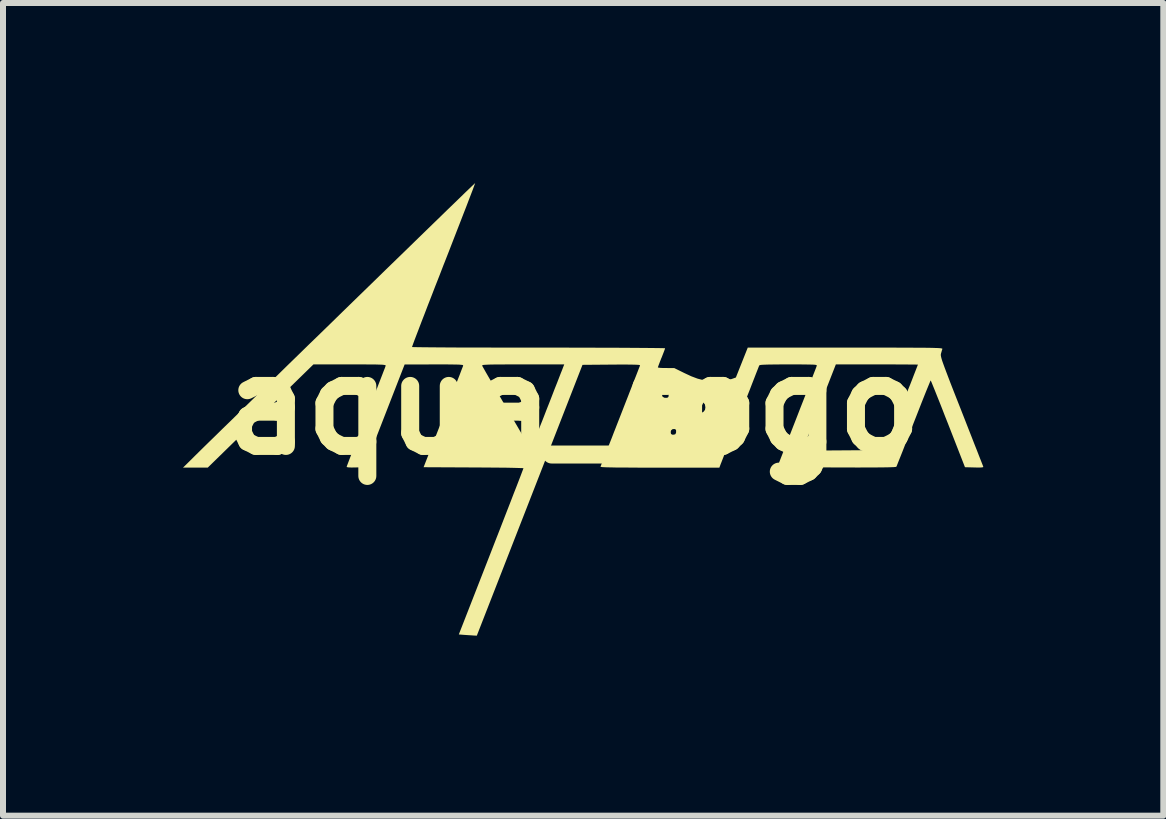
<source format=kicad_pcb>
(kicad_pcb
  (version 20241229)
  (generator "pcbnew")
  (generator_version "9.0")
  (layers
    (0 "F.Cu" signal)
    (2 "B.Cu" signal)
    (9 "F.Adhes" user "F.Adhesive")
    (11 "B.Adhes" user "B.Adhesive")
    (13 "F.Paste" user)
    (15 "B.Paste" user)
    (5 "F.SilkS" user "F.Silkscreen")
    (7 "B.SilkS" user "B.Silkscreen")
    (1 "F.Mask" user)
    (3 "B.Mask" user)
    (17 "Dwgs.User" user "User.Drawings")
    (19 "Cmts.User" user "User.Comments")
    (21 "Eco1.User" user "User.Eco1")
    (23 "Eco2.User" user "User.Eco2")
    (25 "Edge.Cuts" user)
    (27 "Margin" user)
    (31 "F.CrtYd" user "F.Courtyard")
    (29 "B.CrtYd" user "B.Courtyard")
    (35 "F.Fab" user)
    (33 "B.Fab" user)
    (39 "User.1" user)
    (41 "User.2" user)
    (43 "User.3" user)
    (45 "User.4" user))
  (footprint "aqua_rogo"
    (layer "F.Cu")
    (at 6.5 3.703)
    (property "Reference" "aqua_rogo" (at 0 0 0) (layer "F.SilkS") (effects (font (size 1.5 1.5) (thickness 0.3))))
    (attr board_only exclude_from_pos_files exclude_from_bom)
    (fp_poly (pts (xy -1.636 -3.69) (xy -1.649 -3.654) (xy -1.67 -3.596) (xy -1.7 -3.518) (xy -1.737 -3.422) (xy -1.78 -3.309) (xy -1.83 -3.181) (xy -1.885 -3.039) (xy -1.945 -2.885) (xy -2.009 -2.72) (xy -2.076 -2.547) (xy -2.147 -2.366) (xy -2.158 -2.339) (xy -2.228 -2.157) (xy -2.297 -1.982) (xy -2.361 -1.816) (xy -2.422 -1.66) (xy -2.477 -1.516) (xy -2.528 -1.385) (xy -2.572 -1.269) (xy -2.61 -1.17) (xy -2.641 -1.089) (xy -2.664 -1.027) (xy -2.678 -0.987) (xy -2.684 -0.97) (xy -2.684 -0.97) (xy -2.67 -0.969) (xy -2.631 -0.968) (xy -2.568 -0.967) (xy -2.483 -0.966) (xy -2.377 -0.965) (xy -2.251 -0.964) (xy -2.108 -0.963) (xy -1.947 -0.962) (xy -1.771 -0.962) (xy -1.582 -0.961) (xy -1.38 -0.961) (xy -1.167 -0.96) (xy -0.944 -0.96) (xy -0.714 -0.96) (xy -0.573 -0.96) (xy -0.338 -0.96) (xy -0.11 -0.96) (xy 0.108 -0.959) (xy 0.317 -0.959) (xy 0.514 -0.958) (xy 0.697 -0.958) (xy 0.867 -0.957) (xy 1.02 -0.956) (xy 1.157 -0.955) (xy 1.274 -0.954) (xy 1.371 -0.953) (xy 1.447 -0.952) (xy 1.5 -0.951) (xy 1.529 -0.95) (xy 1.533 -0.949) (xy 1.529 -0.934) (xy 1.516 -0.898) (xy 1.497 -0.849) (xy 1.474 -0.79) (xy 1.473 -0.79) (xy 1.45 -0.731) (xy 1.431 -0.681) (xy 1.418 -0.646) (xy 1.413 -0.63) (xy 1.413 -0.63) (xy 1.426 -0.626) (xy 1.459 -0.622) (xy 1.508 -0.62) (xy 1.55 -0.62) (xy 1.687 -0.619) (xy 1.853 -0.537) (xy 1.971 -0.482) (xy 2.075 -0.443) (xy 2.172 -0.418) (xy 2.27 -0.405) (xy 2.376 -0.403) (xy 2.413 -0.404) (xy 2.519 -0.411) (xy 2.601 -0.425) (xy 2.64 -0.436) (xy 2.713 -0.462) (xy 2.812 -0.711) (xy 2.911 -0.96) (xy 4.537 -0.96) (xy 4.779 -0.96) (xy 4.996 -0.96) (xy 5.189 -0.96) (xy 5.36 -0.96) (xy 5.509 -0.959) (xy 5.639 -0.959) (xy 5.75 -0.958) (xy 5.844 -0.958) (xy 5.923 -0.957) (xy 5.987 -0.956) (xy 6.038 -0.954) (xy 6.078 -0.953) (xy 6.108 -0.951) (xy 6.129 -0.949) (xy 6.143 -0.946) (xy 6.151 -0.944) (xy 6.154 -0.941) (xy 6.154 -0.937) (xy 6.154 -0.937) (xy 6.145 -0.909) (xy 6.134 -0.87) (xy 6.131 -0.86) (xy 6.129 -0.849) (xy 6.128 -0.837) (xy 6.13 -0.821) (xy 6.134 -0.801) (xy 6.141 -0.774) (xy 6.152 -0.738) (xy 6.168 -0.693) (xy 6.189 -0.635) (xy 6.216 -0.563) (xy 6.249 -0.476) (xy 6.289 -0.371) (xy 6.337 -0.248) (xy 6.394 -0.103) (xy 6.46 0.064) (xy 6.474 0.1) (xy 6.532 0.248) (xy 6.587 0.389) (xy 6.639 0.521) (xy 6.686 0.642) (xy 6.729 0.75) (xy 6.765 0.843) (xy 6.795 0.919) (xy 6.817 0.975) (xy 6.831 1.011) (xy 6.836 1.024) (xy 6.834 1.031) (xy 6.817 1.036) (xy 6.783 1.038) (xy 6.727 1.038) (xy 6.687 1.037) (xy 6.531 1.033) (xy 6.249 0.31) (xy 6.197 0.179) (xy 6.149 0.055) (xy 6.104 -0.059) (xy 6.063 -0.161) (xy 6.028 -0.249) (xy 5.999 -0.32) (xy 5.978 -0.372) (xy 5.964 -0.404) (xy 5.959 -0.413) (xy 5.953 -0.401) (xy 5.939 -0.367) (xy 5.916 -0.311) (xy 5.886 -0.238) (xy 5.85 -0.148) (xy 5.809 -0.045) (xy 5.764 0.07) (xy 5.715 0.195) (xy 5.674 0.299) (xy 5.623 0.43) (xy 5.575 0.553) (xy 5.53 0.667) (xy 5.49 0.77) (xy 5.455 0.858) (xy 5.426 0.93) (xy 5.405 0.983) (xy 5.392 1.016) (xy 5.387 1.025) (xy 5.377 1.028) (xy 5.348 1.031) (xy 5.301 1.033) (xy 5.234 1.035) (xy 5.146 1.036) (xy 5.036 1.037) (xy 4.904 1.037) (xy 4.747 1.038) (xy 4.566 1.037) (xy 4.39 1.037) (xy 3.403 1.033) (xy 3.518 0.738) (xy 3.83 0.738) (xy 3.833 0.742) (xy 3.841 0.746) (xy 3.856 0.749) (xy 3.881 0.751) (xy 3.918 0.753) (xy 3.969 0.754) (xy 4.035 0.755) (xy 4.12 0.755) (xy 4.225 0.754) (xy 4.353 0.753) (xy 4.505 0.752) (xy 4.508 0.752) (xy 5.193 0.747) (xy 5.218 0.677) (xy 5.233 0.639) (xy 5.256 0.578) (xy 5.287 0.497) (xy 5.325 0.399) (xy 5.37 0.285) (xy 5.42 0.157) (xy 5.474 0.019) (xy 5.531 -0.127) (xy 5.591 -0.279) (xy 5.613 -0.333) (xy 5.648 -0.422) (xy 5.679 -0.503) (xy 5.706 -0.572) (xy 5.727 -0.626) (xy 5.741 -0.662) (xy 5.747 -0.676) (xy 5.747 -0.677) (xy 5.734 -0.677) (xy 5.697 -0.678) (xy 5.638 -0.678) (xy 5.56 -0.679) (xy 5.465 -0.679) (xy 5.356 -0.68) (xy 5.236 -0.68) (xy 5.106 -0.68) (xy 5.063 -0.68) (xy 4.379 -0.68) (xy 4.108 0.014) (xy 4.057 0.143) (xy 4.01 0.266) (xy 3.966 0.379) (xy 3.927 0.481) (xy 3.893 0.568) (xy 3.865 0.64) (xy 3.845 0.692) (xy 3.834 0.724) (xy 3.831 0.732) (xy 3.83 0.738) (xy 3.518 0.738) (xy 3.728 0.2) (xy 3.783 0.058) (xy 3.836 -0.077) (xy 3.885 -0.203) (xy 3.93 -0.318) (xy 3.97 -0.42) (xy 4.003 -0.506) (xy 4.03 -0.575) (xy 4.049 -0.624) (xy 4.059 -0.652) (xy 4.061 -0.657) (xy 4.062 -0.663) (xy 4.057 -0.668) (xy 4.046 -0.672) (xy 4.025 -0.675) (xy 3.992 -0.677) (xy 3.943 -0.678) (xy 3.878 -0.679) (xy 3.793 -0.68) (xy 3.685 -0.68) (xy 3.589 -0.68) (xy 3.457 -0.68) (xy 3.349 -0.679) (xy 3.264 -0.678) (xy 3.199 -0.676) (xy 3.153 -0.674) (xy 3.123 -0.671) (xy 3.107 -0.666) (xy 3.103 -0.663) (xy 3.094 -0.642) (xy 3.077 -0.598) (xy 3.052 -0.535) (xy 3.021 -0.455) (xy 2.984 -0.36) (xy 2.943 -0.254) (xy 2.898 -0.14) (xy 2.85 -0.019) (xy 2.802 0.106) (xy 2.752 0.232) (xy 2.704 0.356) (xy 2.657 0.475) (xy 2.613 0.588) (xy 2.573 0.691) (xy 2.537 0.782) (xy 2.508 0.858) (xy 2.485 0.917) (xy 2.47 0.956) (xy 2.464 0.97) (xy 2.438 1.04) (xy 1.444 1.04) (xy 1.251 1.04) (xy 1.083 1.04) (xy 0.939 1.039) (xy 0.817 1.038) (xy 0.716 1.038) (xy 0.633 1.036) (xy 0.569 1.035) (xy 0.521 1.033) (xy 0.487 1.031) (xy 0.467 1.028) (xy 0.458 1.025) (xy 0.457 1.023) (xy 0.463 1.009) (xy 0.477 0.972) (xy 0.499 0.916) (xy 0.528 0.842) (xy 0.563 0.754) (xy 0.602 0.653) (xy 0.646 0.542) (xy 0.683 0.445) (xy 1.627 0.445) (xy 1.632 0.478) (xy 1.653 0.491) (xy 1.68 0.491) (xy 1.705 0.482) (xy 1.716 0.458) (xy 1.717 0.445) (xy 1.716 0.413) (xy 1.701 0.399) (xy 1.696 0.397) (xy 1.659 0.398) (xy 1.634 0.418) (xy 1.627 0.445) (xy 0.683 0.445) (xy 0.692 0.423) (xy 0.74 0.3) (xy 0.789 0.175) (xy 0.837 0.052) (xy 2.014 0.052) (xy 2.034 0.092) (xy 2.048 0.106) (xy 2.096 0.13) (xy 2.141 0.127) (xy 2.175 0.108) (xy 2.199 0.076) (xy 2.205 0.035) (xy 2.197 -0.014) (xy 2.17 -0.045) (xy 2.124 -0.061) (xy 2.09 -0.063) (xy 2.061 -0.048) (xy 2.048 -0.035) (xy 2.019 0.008) (xy 2.014 0.052) (xy 0.837 0.052) (xy 0.838 0.049) (xy 0.886 -0.074) (xy 0.928 -0.181) (xy 1.48 -0.181) (xy 1.49 -0.144) (xy 1.52 -0.125) (xy 1.553 -0.123) (xy 1.579 -0.128) (xy 1.59 -0.141) (xy 1.593 -0.171) (xy 1.593 -0.18) (xy 1.591 -0.215) (xy 1.582 -0.231) (xy 1.56 -0.237) (xy 1.556 -0.238) (xy 1.513 -0.233) (xy 1.487 -0.21) (xy 1.48 -0.181) (xy 0.928 -0.181) (xy 0.932 -0.192) (xy 0.975 -0.302) (xy 1.014 -0.402) (xy 1.049 -0.49) (xy 1.077 -0.562) (xy 1.098 -0.617) (xy 1.112 -0.652) (xy 1.116 -0.664) (xy 1.113 -0.668) (xy 1.099 -0.672) (xy 1.07 -0.674) (xy 1.026 -0.676) (xy 0.963 -0.677) (xy 0.881 -0.678) (xy 0.776 -0.678) (xy 0.646 -0.677) (xy 0.64 -0.677) (xy 0.157 -0.673) (xy -0.723 1.583) (xy -1.604 3.84) (xy -1.652 3.838) (xy -1.69 3.835) (xy -1.742 3.832) (xy -1.799 3.828) (xy -1.802 3.828) (xy -1.904 3.82) (xy -1.365 2.44) (xy -1.294 2.257) (xy -1.225 2.081) (xy -1.16 1.913) (xy -1.099 1.756) (xy -1.042 1.61) (xy -0.991 1.477) (xy -0.945 1.36) (xy -0.906 1.259) (xy -0.874 1.176) (xy -0.85 1.112) (xy -0.834 1.07) (xy -0.827 1.051) (xy -0.827 1.05) (xy -0.84 1.048) (xy -0.877 1.047) (xy -0.937 1.045) (xy -1.016 1.043) (xy -1.113 1.041) (xy -1.225 1.04) (xy -1.351 1.039) (xy -1.487 1.038) (xy -1.632 1.037) (xy -1.659 1.037) (xy -2.491 1.033) (xy -2.165 0.2) (xy -2.11 0.058) (xy -2.057 -0.077) (xy -2.008 -0.203) (xy -1.963 -0.318) (xy -1.924 -0.42) (xy -1.89 -0.506) (xy -1.864 -0.575) (xy -1.845 -0.624) (xy -1.834 -0.652) (xy -1.832 -0.657) (xy -1.832 -0.66) (xy -1.515 -0.66) (xy -1.514 -0.657) (xy -1.506 -0.642) (xy -1.485 -0.605) (xy -1.454 -0.55) (xy -1.413 -0.479) (xy -1.363 -0.393) (xy -1.306 -0.294) (xy -1.243 -0.186) (xy -1.176 -0.07) (xy -1.131 0.006) (xy -1.045 0.154) (xy -0.971 0.28) (xy -0.909 0.386) (xy -0.857 0.475) (xy -0.815 0.547) (xy -0.781 0.604) (xy -0.755 0.648) (xy -0.735 0.681) (xy -0.721 0.704) (xy -0.712 0.719) (xy -0.706 0.728) (xy -0.703 0.731) (xy -0.701 0.732) (xy -0.7 0.731) (xy -0.7 0.731) (xy -0.695 0.718) (xy -0.68 0.683) (xy -0.658 0.627) (xy -0.629 0.554) (xy -0.595 0.465) (xy -0.555 0.363) (xy -0.51 0.25) (xy -0.463 0.129) (xy -0.447 0.087) (xy -0.397 -0.039) (xy -0.35 -0.16) (xy -0.307 -0.272) (xy -0.267 -0.372) (xy -0.233 -0.46) (xy -0.206 -0.53) (xy -0.185 -0.582) (xy -0.173 -0.613) (xy -0.172 -0.617) (xy -0.147 -0.68) (xy -0.835 -0.68) (xy -0.988 -0.68) (xy -1.117 -0.68) (xy -1.223 -0.679) (xy -1.309 -0.679) (xy -1.376 -0.678) (xy -1.427 -0.676) (xy -1.465 -0.674) (xy -1.49 -0.672) (xy -1.505 -0.669) (xy -1.513 -0.665) (xy -1.515 -0.66) (xy -1.832 -0.66) (xy -1.832 -0.663) (xy -1.836 -0.668) (xy -1.847 -0.672) (xy -1.868 -0.674) (xy -1.901 -0.677) (xy -1.949 -0.678) (xy -2.013 -0.679) (xy -2.098 -0.68) (xy -2.204 -0.68) (xy -2.316 -0.68) (xy -2.807 -0.679) (xy -3.14 0.177) (xy -3.473 1.033) (xy -3.623 1.037) (xy -3.692 1.038) (xy -3.742 1.036) (xy -3.769 1.031) (xy -3.773 1.028) (xy -3.769 1.013) (xy -3.755 0.976) (xy -3.733 0.918) (xy -3.704 0.842) (xy -3.668 0.749) (xy -3.627 0.642) (xy -3.581 0.522) (xy -3.53 0.392) (xy -3.476 0.254) (xy -3.451 0.19) (xy -3.396 0.049) (xy -3.344 -0.085) (xy -3.295 -0.21) (xy -3.251 -0.324) (xy -3.212 -0.425) (xy -3.179 -0.51) (xy -3.153 -0.578) (xy -3.134 -0.626) (xy -3.125 -0.653) (xy -3.123 -0.657) (xy -3.123 -0.662) (xy -3.127 -0.667) (xy -3.138 -0.67) (xy -3.157 -0.673) (xy -3.187 -0.676) (xy -3.231 -0.677) (xy -3.29 -0.679) (xy -3.367 -0.679) (xy -3.464 -0.68) (xy -3.583 -0.68) (xy -3.722 -0.68) (xy -4.327 -0.68) (xy -5.207 0.179) (xy -6.087 1.039) (xy -6.293 1.039) (xy -6.5 1.04) (xy -6.353 0.895) (xy -6.304 0.846) (xy -6.239 0.782) (xy -6.159 0.703) (xy -6.065 0.611) (xy -5.958 0.507) (xy -5.839 0.39) (xy -5.709 0.264) (xy -5.569 0.127) (xy -5.421 -0.018) (xy -5.264 -0.171) (xy -5.101 -0.33) (xy -4.931 -0.495) (xy -4.757 -0.666) (xy -4.578 -0.84) (xy -4.397 -1.017) (xy -4.213 -1.195) (xy -4.028 -1.375) (xy -3.844 -1.555) (xy -3.66 -1.734) (xy -3.478 -1.911) (xy -3.299 -2.085) (xy -3.124 -2.256) (xy -2.954 -2.421) (xy -2.789 -2.581) (xy -2.632 -2.734) (xy -2.482 -2.88) (xy -2.341 -3.017) (xy -2.21 -3.144) (xy -2.09 -3.261) (xy -1.981 -3.366) (xy -1.886 -3.458) (xy -1.804 -3.538) (xy -1.736 -3.603) (xy -1.685 -3.652) (xy -1.65 -3.685) (xy -1.633 -3.701) (xy -1.631 -3.703)) (stroke (width 0) (type solid)) (fill yes) (layer "F.SilkS")))
  (gr_rect
    (start -3 -3)
    (end 16.336 10.543)
    (stroke (width 0.1) (type default))
    (fill no)
    (layer "Edge.Cuts")))
</source>
